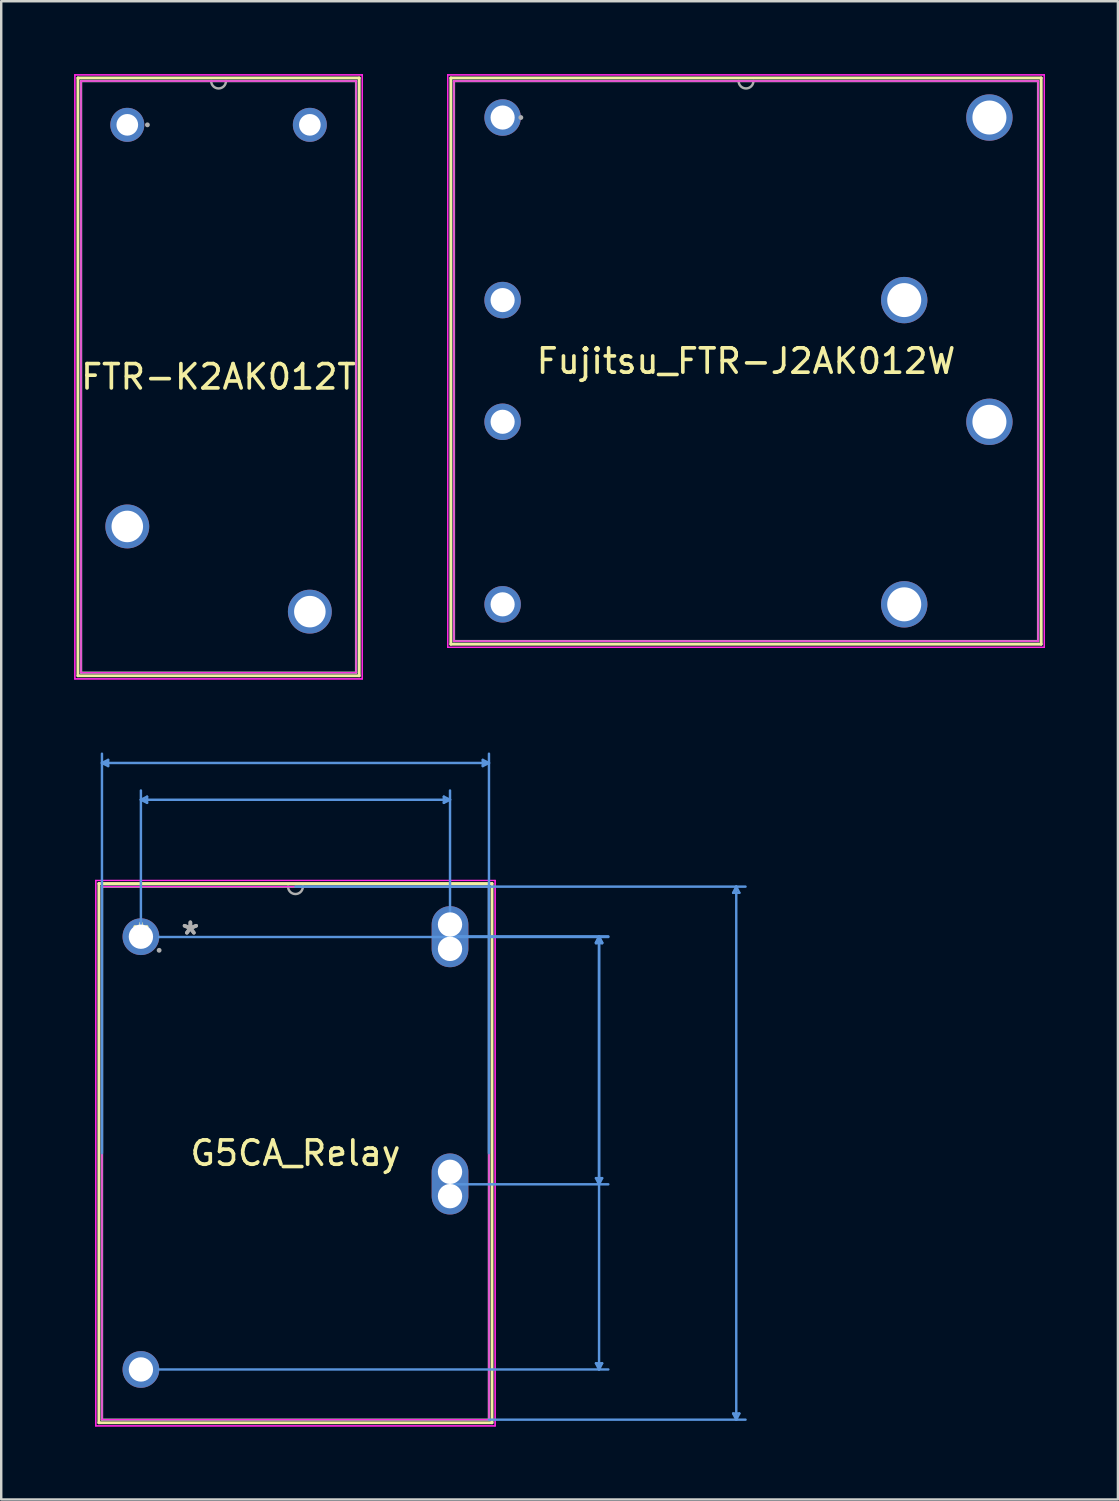
<source format=kicad_pcb>
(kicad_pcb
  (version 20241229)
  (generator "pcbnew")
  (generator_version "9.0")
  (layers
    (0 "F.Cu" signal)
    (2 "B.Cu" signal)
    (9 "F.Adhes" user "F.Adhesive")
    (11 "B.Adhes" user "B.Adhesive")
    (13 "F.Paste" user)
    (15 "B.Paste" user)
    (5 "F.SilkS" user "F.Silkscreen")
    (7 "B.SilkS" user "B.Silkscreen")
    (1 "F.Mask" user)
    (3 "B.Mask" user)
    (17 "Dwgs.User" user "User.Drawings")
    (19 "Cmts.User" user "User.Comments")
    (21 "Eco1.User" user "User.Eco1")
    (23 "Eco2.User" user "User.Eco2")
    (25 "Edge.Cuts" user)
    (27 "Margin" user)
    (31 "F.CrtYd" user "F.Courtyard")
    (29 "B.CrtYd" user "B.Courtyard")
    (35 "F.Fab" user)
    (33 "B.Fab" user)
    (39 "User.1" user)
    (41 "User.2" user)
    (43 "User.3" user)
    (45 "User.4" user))
  (footprint "FTR-K2AK012T"
    (layer "F.Cu")
    (at 2.18 2.079)
    (property "Reference" "FTR-K2AK012T" (at 3.75 10.354 0) (layer "F.SilkS") (effects (font (size 1 1) (thickness 0.15))))
    (attr through_hole)
    (fp_line (start -2.029 -1.927) (end -2.029 22.635) (stroke (width 0.12) (type solid)) (layer "F.SilkS"))
    (fp_line (start -2.029 22.635) (end 9.528 22.635) (stroke (width 0.12) (type solid)) (layer "F.SilkS"))
    (fp_line (start 9.528 -1.927) (end -2.029 -1.927) (stroke (width 0.12) (type solid)) (layer "F.SilkS"))
    (fp_line (start 9.528 22.635) (end 9.528 -1.927) (stroke (width 0.12) (type solid)) (layer "F.SilkS"))
    (fp_line (start -2.155 -2.054) (end 9.655 -2.054) (stroke (width 0.05) (type solid)) (layer "F.CrtYd"))
    (fp_line (start -2.155 -2.054) (end 9.655 -2.054) (stroke (width 0.05) (type solid)) (layer "F.CrtYd"))
    (fp_line (start -2.155 22.762) (end -2.155 -2.054) (stroke (width 0.05) (type solid)) (layer "F.CrtYd"))
    (fp_line (start -2.155 22.762) (end -2.155 -2.054) (stroke (width 0.05) (type solid)) (layer "F.CrtYd"))
    (fp_line (start -1.901 -1.8) (end 9.402 -1.8) (stroke (width 0.05) (type solid)) (layer "F.CrtYd"))
    (fp_line (start -1.901 22.508) (end -1.901 -1.8) (stroke (width 0.05) (type solid)) (layer "F.CrtYd"))
    (fp_line (start 9.402 -1.8) (end 9.402 22.508) (stroke (width 0.05) (type solid)) (layer "F.CrtYd"))
    (fp_line (start 9.402 22.508) (end -1.901 22.508) (stroke (width 0.05) (type solid)) (layer "F.CrtYd"))
    (fp_line (start 9.655 -2.054) (end 9.655 22.762) (stroke (width 0.05) (type solid)) (layer "F.CrtYd"))
    (fp_line (start 9.655 -2.054) (end 9.655 22.762) (stroke (width 0.05) (type solid)) (layer "F.CrtYd"))
    (fp_line (start 9.655 22.762) (end -2.155 22.762) (stroke (width 0.05) (type solid)) (layer "F.CrtYd"))
    (fp_line (start 9.655 22.762) (end -2.155 22.762) (stroke (width 0.05) (type solid)) (layer "F.CrtYd"))
    (fp_line (start -1.901 -1.8) (end -1.901 22.508) (stroke (width 0.1) (type solid)) (layer "F.Fab"))
    (fp_line (start -1.901 22.508) (end 9.402 22.508) (stroke (width 0.1) (type solid)) (layer "F.Fab"))
    (fp_line (start 9.402 -1.8) (end -1.901 -1.8) (stroke (width 0.1) (type solid)) (layer "F.Fab"))
    (fp_line (start 9.402 22.508) (end 9.402 -1.8) (stroke (width 0.1) (type solid)) (layer "F.Fab"))
    (fp_arc (start 4.0548 -1.8) (mid 3.75 -1.4952) (end 3.4452 -1.8) (stroke (width 0.1) (type solid)) (layer "F.Fab"))
    (fp_circle (center 0.826 0) (end 0.826 0) (stroke (width 0.1) (type solid)) (fill no) (layer "F.Fab"))
    (pad "1" thru_hole circle (at 0 -0.000001) (size 1.397 1.397) (drill 0.889) (layers "*.Cu" "*.Mask"))
    (pad "2" thru_hole circle (at 0 16.5) (size 1.803 1.803) (drill 1.295) (layers "*.Cu" "*.Mask"))
    (pad "3" thru_hole circle (at 7.5 20) (size 1.803 1.803) (drill 1.295) (layers "*.Cu" "*.Mask"))
    (pad "4" thru_hole circle (at 7.5 -0.000001) (size 1.397 1.397) (drill 0.889) (layers "*.Cu" "*.Mask")))
  (footprint "G5CA_Relay"
    (layer "F.Cu")
    (at 2.739 35.434)
    (property "Reference" "G5CA_Relay" (at 6.35 8.893 0) (layer "F.SilkS") (effects (font (size 1 1) (thickness 0.15))))
    (attr through_hole)
    (fp_line (start -1.727 -2.184) (end -1.727 19.97) (stroke (width 0.12) (type solid)) (layer "F.SilkS"))
    (fp_line (start -1.727 19.97) (end 14.427 19.97) (stroke (width 0.12) (type solid)) (layer "F.SilkS"))
    (fp_line (start 14.427 -2.184) (end -1.727 -2.184) (stroke (width 0.12) (type solid)) (layer "F.SilkS"))
    (fp_line (start 14.427 19.97) (end 14.427 -2.184) (stroke (width 0.12) (type solid)) (layer "F.SilkS"))
    (fp_line (start -1.6 -7.137) (end -1.346 -7.264) (stroke (width 0.1) (type solid)) (layer "Cmts.User"))
    (fp_line (start -1.6 -7.137) (end -1.346 -7.01) (stroke (width 0.1) (type solid)) (layer "Cmts.User"))
    (fp_line (start -1.6 -7.137) (end 14.3 -7.137) (stroke (width 0.1) (type solid)) (layer "Cmts.User"))
    (fp_line (start -1.6 8.893) (end -1.6 -7.518) (stroke (width 0.1) (type solid)) (layer "Cmts.User"))
    (fp_line (start -1.346 -7.264) (end -1.346 -7.01) (stroke (width 0.1) (type solid)) (layer "Cmts.User"))
    (fp_line (start -0.000021 -5.626) (end 12.7 -5.626) (stroke (width 0.1) (type solid)) (layer "Cmts.User"))
    (fp_line (start 0 0) (end -0.000022 -6.007) (stroke (width 0.1) (type solid)) (layer "Cmts.User"))
    (fp_line (start 0.254 -5.753) (end -0.000021 -5.626) (stroke (width 0.1) (type solid)) (layer "Cmts.User"))
    (fp_line (start 0.254 -5.499) (end -0.000021 -5.626) (stroke (width 0.1) (type solid)) (layer "Cmts.User"))
    (fp_line (start 0.254 -5.499) (end 0.254 -5.753) (stroke (width 0.1) (type solid)) (layer "Cmts.User"))
    (fp_line (start 0.749 0.013) (end 19.204 0.013) (stroke (width 0.1) (type solid)) (layer "Cmts.User"))
    (fp_line (start 0.749 17.78) (end 19.204 17.78) (stroke (width 0.1) (type solid)) (layer "Cmts.User"))
    (fp_line (start 6.35 -2.057) (end 24.841 -2.057) (stroke (width 0.1) (type solid)) (layer "Cmts.User"))
    (fp_line (start 12.446 -5.499) (end 12.7 -5.626) (stroke (width 0.1) (type solid)) (layer "Cmts.User"))
    (fp_line (start 12.446 -5.753) (end 12.446 -5.499) (stroke (width 0.1) (type solid)) (layer "Cmts.User"))
    (fp_line (start 12.446 -5.753) (end 12.7 -5.626) (stroke (width 0.1) (type solid)) (layer "Cmts.User"))
    (fp_line (start 12.7 -0.013) (end 19.204 -0.013) (stroke (width 0.1) (type solid)) (layer "Cmts.User"))
    (fp_line (start 12.7 0) (end 12.7 -6.007) (stroke (width 0.1) (type solid)) (layer "Cmts.User"))
    (fp_line (start 12.7 10.173) (end 19.204 10.173) (stroke (width 0.1) (type solid)) (layer "Cmts.User"))
    (fp_line (start 14.046 -7.264) (end 14.046 -7.01) (stroke (width 0.1) (type solid)) (layer "Cmts.User"))
    (fp_line (start 14.3 -7.137) (end 14.046 -7.264) (stroke (width 0.1) (type solid)) (layer "Cmts.User"))
    (fp_line (start 14.3 -7.137) (end 14.046 -7.01) (stroke (width 0.1) (type solid)) (layer "Cmts.User"))
    (fp_line (start 14.3 8.893) (end 14.3 -7.518) (stroke (width 0.1) (type solid)) (layer "Cmts.User"))
    (fp_line (start 14.3 19.843) (end 24.841 19.843) (stroke (width 0.1) (type solid)) (layer "Cmts.User"))
    (fp_line (start 18.696 9.919) (end 18.823 10.173) (stroke (width 0.1) (type solid)) (layer "Cmts.User"))
    (fp_line (start 18.696 17.526) (end 18.823 17.78) (stroke (width 0.1) (type solid)) (layer "Cmts.User"))
    (fp_line (start 18.696 0.241) (end 18.823 -0.013) (stroke (width 0.1) (type solid)) (layer "Cmts.User"))
    (fp_line (start 18.696 0.241) (end 18.95 0.241) (stroke (width 0.1) (type solid)) (layer "Cmts.User"))
    (fp_line (start 18.696 0.267) (end 18.823 0.013) (stroke (width 0.1) (type solid)) (layer "Cmts.User"))
    (fp_line (start 18.696 0.267) (end 18.95 0.267) (stroke (width 0.1) (type solid)) (layer "Cmts.User"))
    (fp_line (start 18.823 -0.013) (end 18.823 10.173) (stroke (width 0.1) (type solid)) (layer "Cmts.User"))
    (fp_line (start 18.823 0.013) (end 18.823 17.78) (stroke (width 0.1) (type solid)) (layer "Cmts.User"))
    (fp_line (start 18.95 9.919) (end 18.696 9.919) (stroke (width 0.1) (type solid)) (layer "Cmts.User"))
    (fp_line (start 18.95 9.919) (end 18.823 10.173) (stroke (width 0.1) (type solid)) (layer "Cmts.User"))
    (fp_line (start 18.95 17.526) (end 18.696 17.526) (stroke (width 0.1) (type solid)) (layer "Cmts.User"))
    (fp_line (start 18.95 17.526) (end 18.823 17.78) (stroke (width 0.1) (type solid)) (layer "Cmts.User"))
    (fp_line (start 18.95 0.241) (end 18.823 -0.013) (stroke (width 0.1) (type solid)) (layer "Cmts.User"))
    (fp_line (start 18.95 0.267) (end 18.823 0.013) (stroke (width 0.1) (type solid)) (layer "Cmts.User"))
    (fp_line (start 24.333 -1.803) (end 24.587 -1.803) (stroke (width 0.1) (type solid)) (layer "Cmts.User"))
    (fp_line (start 24.333 19.589) (end 24.587 19.589) (stroke (width 0.1) (type solid)) (layer "Cmts.User"))
    (fp_line (start 24.46 -2.057) (end 24.333 -1.803) (stroke (width 0.1) (type solid)) (layer "Cmts.User"))
    (fp_line (start 24.46 -2.057) (end 24.46 19.843) (stroke (width 0.1) (type solid)) (layer "Cmts.User"))
    (fp_line (start 24.46 -2.057) (end 24.587 -1.803) (stroke (width 0.1) (type solid)) (layer "Cmts.User"))
    (fp_line (start 24.46 19.843) (end 24.333 19.589) (stroke (width 0.1) (type solid)) (layer "Cmts.User"))
    (fp_line (start 24.46 19.843) (end 24.587 19.589) (stroke (width 0.1) (type solid)) (layer "Cmts.User"))
    (fp_line (start -1.854 -2.311) (end 14.554 -2.311) (stroke (width 0.05) (type solid)) (layer "F.CrtYd"))
    (fp_line (start -1.854 -2.311) (end 14.554 -2.311) (stroke (width 0.05) (type solid)) (layer "F.CrtYd"))
    (fp_line (start -1.854 20.097) (end -1.854 -2.311) (stroke (width 0.05) (type solid)) (layer "F.CrtYd"))
    (fp_line (start -1.854 20.097) (end -1.854 -2.311) (stroke (width 0.05) (type solid)) (layer "F.CrtYd"))
    (fp_line (start -1.6 -2.057) (end 14.3 -2.057) (stroke (width 0.05) (type solid)) (layer "F.CrtYd"))
    (fp_line (start -1.6 19.843) (end -1.6 -2.057) (stroke (width 0.05) (type solid)) (layer "F.CrtYd"))
    (fp_line (start 14.3 -2.057) (end 14.3 19.843) (stroke (width 0.05) (type solid)) (layer "F.CrtYd"))
    (fp_line (start 14.3 19.843) (end -1.6 19.843) (stroke (width 0.05) (type solid)) (layer "F.CrtYd"))
    (fp_line (start 14.554 -2.311) (end 14.554 20.097) (stroke (width 0.05) (type solid)) (layer "F.CrtYd"))
    (fp_line (start 14.554 -2.311) (end 14.554 20.097) (stroke (width 0.05) (type solid)) (layer "F.CrtYd"))
    (fp_line (start 14.554 20.097) (end -1.854 20.097) (stroke (width 0.05) (type solid)) (layer "F.CrtYd"))
    (fp_line (start 14.554 20.097) (end -1.854 20.097) (stroke (width 0.05) (type solid)) (layer "F.CrtYd"))
    (fp_line (start -1.6 -2.057) (end -1.6 19.843) (stroke (width 0.1) (type solid)) (layer "F.Fab"))
    (fp_line (start -1.6 19.843) (end 14.3 19.843) (stroke (width 0.1) (type solid)) (layer "F.Fab"))
    (fp_line (start 14.3 -2.057) (end -1.6 -2.057) (stroke (width 0.1) (type solid)) (layer "F.Fab"))
    (fp_line (start 14.3 19.843) (end 14.3 -2.057) (stroke (width 0.1) (type solid)) (layer "F.Fab"))
    (fp_arc (start 6.6548 -2.0574) (mid 6.35 -1.7526) (end 6.0452 -2.0574) (stroke (width 0.1) (type solid)) (layer "F.Fab"))
    (fp_circle (center 0.749 0.559) (end 0.749 0.559) (stroke (width 0.1) (type solid)) (fill no) (layer "F.Fab"))
    (fp_text user "*" (at 0 0 0) (layer "F.SilkS") (effects (font (size 1 1) (thickness 0.15))))
    (fp_text user "Copyright 2021 Accelerated Designs. All rights reserved." (at 0 0 0) (layer "Cmts.User") (effects (font (size 0.127 0.127) (thickness 0.002))))
    (fp_text user "*" (at 2.032 -0.046 0) (layer "F.Fab") (effects (font (size 1 1) (thickness 0.15))))
    (fp_text user "*" (at 2.032 -0.046 0) (layer "F.Fab") (effects (font (size 1 1) (thickness 0.15))))
    (pad "" np_thru_hole circle (at 12.7 -0.5) (size 1 1) (drill 1) (layers "*.Cu" "*.Mask"))
    (pad "" np_thru_hole circle (at 12.7 0.5) (size 1 1) (drill 1) (layers "*.Cu" "*.Mask"))
    (pad "" np_thru_hole circle (at 12.7 9.66) (size 1 1) (drill 1) (layers "*.Cu" "*.Mask"))
    (pad "" np_thru_hole circle (at 12.7 10.66) (size 1 1) (drill 1) (layers "*.Cu" "*.Mask"))
    (pad "1" thru_hole circle (at 0 0) (size 1.508 1.508) (drill 1) (layers "*.Cu" "*.Mask"))
    (pad "2" thru_hole circle (at 0 17.78) (size 1.508 1.508) (drill 1) (layers "*.Cu" "*.Mask"))
    (pad "3" thru_hole oval (at 12.7 10.16 90) (size 2.508 1.508) (drill 0.025) (layers "*.Cu" "*.Mask"))
    (pad "4" thru_hole oval (at 12.7 0 90) (size 2.508 1.508) (drill 0.025) (layers "*.Cu" "*.Mask")))
  (footprint "Fujitsu_FTR-J2AK012W"
    (layer "F.Cu")
    (at 17.6 1.779)
    (property "Reference" "Fujitsu_FTR-J2AK012W" (at 10 10.006 0) (layer "F.SilkS") (effects (font (size 1 1) (thickness 0.15))))
    (attr through_hole)
    (fp_line (start -2.128 -1.627) (end -2.128 21.639) (stroke (width 0.12) (type solid)) (layer "F.SilkS"))
    (fp_line (start -2.128 21.639) (end 22.128 21.639) (stroke (width 0.12) (type solid)) (layer "F.SilkS"))
    (fp_line (start 22.128 -1.627) (end -2.128 -1.627) (stroke (width 0.12) (type solid)) (layer "F.SilkS"))
    (fp_line (start 22.128 21.639) (end 22.128 -1.627) (stroke (width 0.12) (type solid)) (layer "F.SilkS"))
    (fp_line (start -2.256 -1.754) (end 22.256 -1.754) (stroke (width 0.05) (type solid)) (layer "F.CrtYd"))
    (fp_line (start -2.256 -1.754) (end 22.256 -1.754) (stroke (width 0.05) (type solid)) (layer "F.CrtYd"))
    (fp_line (start -2.256 21.766) (end -2.256 -1.754) (stroke (width 0.05) (type solid)) (layer "F.CrtYd"))
    (fp_line (start -2.256 21.766) (end -2.256 -1.754) (stroke (width 0.05) (type solid)) (layer "F.CrtYd"))
    (fp_line (start -2.002 -1.5) (end 22.002 -1.5) (stroke (width 0.05) (type solid)) (layer "F.CrtYd"))
    (fp_line (start -2.002 21.512) (end -2.002 -1.5) (stroke (width 0.05) (type solid)) (layer "F.CrtYd"))
    (fp_line (start 22.002 -1.5) (end 22.002 21.512) (stroke (width 0.05) (type solid)) (layer "F.CrtYd"))
    (fp_line (start 22.002 21.512) (end -2.002 21.512) (stroke (width 0.05) (type solid)) (layer "F.CrtYd"))
    (fp_line (start 22.256 -1.754) (end 22.256 21.766) (stroke (width 0.05) (type solid)) (layer "F.CrtYd"))
    (fp_line (start 22.256 -1.754) (end 22.256 21.766) (stroke (width 0.05) (type solid)) (layer "F.CrtYd"))
    (fp_line (start 22.256 21.766) (end -2.256 21.766) (stroke (width 0.05) (type solid)) (layer "F.CrtYd"))
    (fp_line (start 22.256 21.766) (end -2.256 21.766) (stroke (width 0.05) (type solid)) (layer "F.CrtYd"))
    (fp_line (start -2.002 -1.5) (end -2.002 21.512) (stroke (width 0.1) (type solid)) (layer "F.Fab"))
    (fp_line (start -2.002 21.512) (end 22.002 21.512) (stroke (width 0.1) (type solid)) (layer "F.Fab"))
    (fp_line (start 22.002 -1.5) (end -2.002 -1.5) (stroke (width 0.1) (type solid)) (layer "F.Fab"))
    (fp_line (start 22.002 21.512) (end 22.002 -1.5) (stroke (width 0.1) (type solid)) (layer "F.Fab"))
    (fp_arc (start 10.3048 -1.5) (mid 10 -1.1952) (end 9.6952 -1.5) (stroke (width 0.1) (type solid)) (layer "F.Fab"))
    (fp_circle (center 0.749 0) (end 0.749 0) (stroke (width 0.1) (type solid)) (fill no) (layer "F.Fab"))
    (fp_text user "Copyright 2021 Accelerated Designs. All rights reserved." (at 0 0 0) (layer "Cmts.User") (effects (font (size 0.127 0.127) (thickness 0.002))))
    (pad "1" thru_hole circle (at 0 0) (size 1.499 1.499) (drill 0.991) (layers "*.Cu" "*.Mask"))
    (pad "2" thru_hole circle (at 0 7.5) (size 1.499 1.499) (drill 0.991) (layers "*.Cu" "*.Mask"))
    (pad "3" thru_hole circle (at 0 12.5) (size 1.499 1.499) (drill 0.991) (layers "*.Cu" "*.Mask"))
    (pad "4" thru_hole circle (at 0 20) (size 1.499 1.499) (drill 0.991) (layers "*.Cu" "*.Mask"))
    (pad "5" thru_hole circle (at 20 0) (size 1.905 1.905) (drill 1.397) (layers "*.Cu" "*.Mask"))
    (pad "6" thru_hole circle (at 16.5 7.5) (size 1.905 1.905) (drill 1.397) (layers "*.Cu" "*.Mask"))
    (pad "7" thru_hole circle (at 20 12.5) (size 1.905 1.905) (drill 1.397) (layers "*.Cu" "*.Mask"))
    (pad "8" thru_hole circle (at 16.5 20) (size 1.905 1.905) (drill 1.397) (layers "*.Cu" "*.Mask")))
  (gr_rect
    (start -3 -3)
    (end 42.88 58.556)
    (stroke (width 0.1) (type default))
    (fill no)
    (layer "Edge.Cuts")))
</source>
